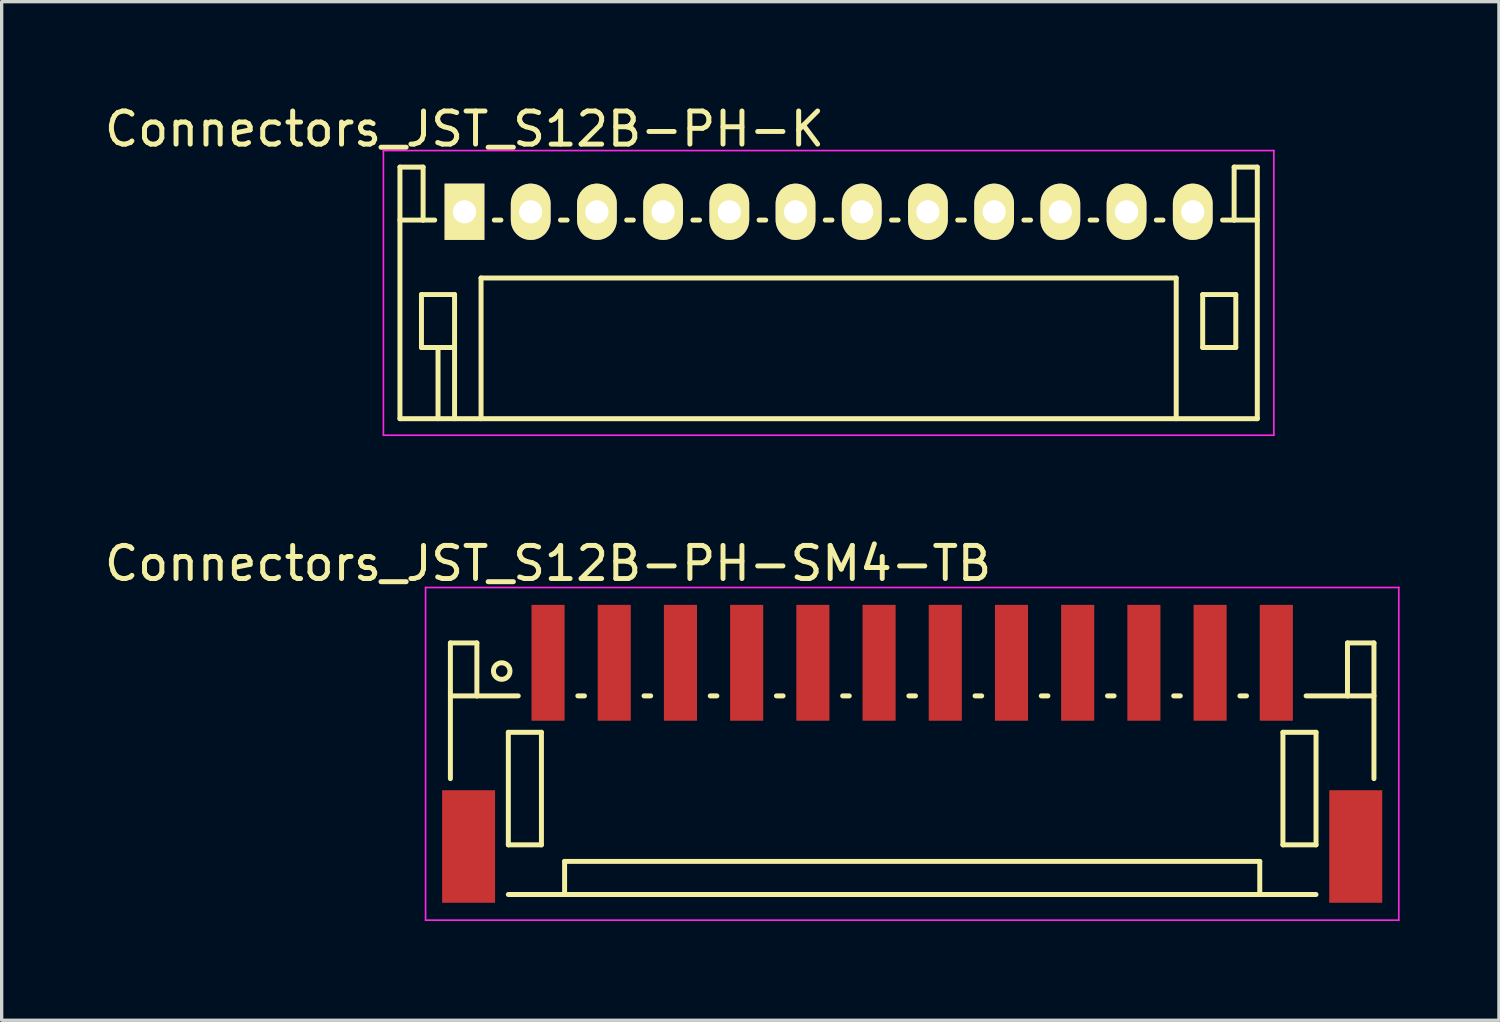
<source format=kicad_pcb>
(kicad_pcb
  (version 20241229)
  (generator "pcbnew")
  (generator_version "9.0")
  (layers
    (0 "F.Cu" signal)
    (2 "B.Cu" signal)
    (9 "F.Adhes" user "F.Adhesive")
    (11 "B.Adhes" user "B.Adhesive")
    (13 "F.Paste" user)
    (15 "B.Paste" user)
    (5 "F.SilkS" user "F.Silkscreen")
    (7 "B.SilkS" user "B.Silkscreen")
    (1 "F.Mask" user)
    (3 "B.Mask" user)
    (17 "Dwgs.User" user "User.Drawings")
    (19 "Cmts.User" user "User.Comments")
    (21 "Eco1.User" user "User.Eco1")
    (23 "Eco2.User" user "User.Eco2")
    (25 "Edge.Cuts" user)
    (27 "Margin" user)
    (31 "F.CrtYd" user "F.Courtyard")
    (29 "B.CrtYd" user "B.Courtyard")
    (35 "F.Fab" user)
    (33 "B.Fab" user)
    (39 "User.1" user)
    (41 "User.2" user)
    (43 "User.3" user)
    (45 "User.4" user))
  (footprint "Connectors_JST_S12B-PH-K"
    (layer "F.Cu")
    (at 10.982 3.348)
    (property "Reference" "Connectors_JST_S12B-PH-K" (at 0 -2.5 0) (layer "F.SilkS") (effects (font (size 1 1) (thickness 0.15))))
    (attr through_hole)
    (fp_line (start -1.95 -1.35) (end -1.95 6.25) (stroke (width 0.15) (type solid)) (layer "F.SilkS"))
    (fp_line (start -1.95 0.25) (end -1.25 0.25) (stroke (width 0.15) (type solid)) (layer "F.SilkS"))
    (fp_line (start -1.95 6.25) (end 23.95 6.25) (stroke (width 0.15) (type solid)) (layer "F.SilkS"))
    (fp_line (start -1.3 2.5) (end -1.3 4.1) (stroke (width 0.15) (type solid)) (layer "F.SilkS"))
    (fp_line (start -1.3 4.1) (end -0.3 4.1) (stroke (width 0.15) (type solid)) (layer "F.SilkS"))
    (fp_line (start -1.25 -1.35) (end -1.95 -1.35) (stroke (width 0.15) (type solid)) (layer "F.SilkS"))
    (fp_line (start -1.25 0.25) (end -1.25 -1.35) (stroke (width 0.15) (type solid)) (layer "F.SilkS"))
    (fp_line (start -0.9 0.25) (end -1.25 0.25) (stroke (width 0.15) (type solid)) (layer "F.SilkS"))
    (fp_line (start -0.8 4.1) (end -0.8 6.25) (stroke (width 0.15) (type solid)) (layer "F.SilkS"))
    (fp_line (start -0.3 2.5) (end -1.3 2.5) (stroke (width 0.15) (type solid)) (layer "F.SilkS"))
    (fp_line (start -0.3 4.1) (end -0.3 2.5) (stroke (width 0.15) (type solid)) (layer "F.SilkS"))
    (fp_line (start -0.3 4.1) (end -0.3 6.25) (stroke (width 0.15) (type solid)) (layer "F.SilkS"))
    (fp_line (start 0.5 2) (end 21.5 2) (stroke (width 0.15) (type solid)) (layer "F.SilkS"))
    (fp_line (start 0.5 6.25) (end 0.5 2) (stroke (width 0.15) (type solid)) (layer "F.SilkS"))
    (fp_line (start 0.9 0.25) (end 1.1 0.25) (stroke (width 0.15) (type solid)) (layer "F.SilkS"))
    (fp_line (start 2.9 0.25) (end 3.1 0.25) (stroke (width 0.15) (type solid)) (layer "F.SilkS"))
    (fp_line (start 4.9 0.25) (end 5.1 0.25) (stroke (width 0.15) (type solid)) (layer "F.SilkS"))
    (fp_line (start 6.9 0.25) (end 7.1 0.25) (stroke (width 0.15) (type solid)) (layer "F.SilkS"))
    (fp_line (start 8.9 0.25) (end 9.1 0.25) (stroke (width 0.15) (type solid)) (layer "F.SilkS"))
    (fp_line (start 10.9 0.25) (end 11.1 0.25) (stroke (width 0.15) (type solid)) (layer "F.SilkS"))
    (fp_line (start 12.9 0.25) (end 13.1 0.25) (stroke (width 0.15) (type solid)) (layer "F.SilkS"))
    (fp_line (start 14.9 0.25) (end 15.1 0.25) (stroke (width 0.15) (type solid)) (layer "F.SilkS"))
    (fp_line (start 16.9 0.25) (end 17.1 0.25) (stroke (width 0.15) (type solid)) (layer "F.SilkS"))
    (fp_line (start 18.9 0.25) (end 19.1 0.25) (stroke (width 0.15) (type solid)) (layer "F.SilkS"))
    (fp_line (start 20.9 0.25) (end 21.1 0.25) (stroke (width 0.15) (type solid)) (layer "F.SilkS"))
    (fp_line (start 21.5 2) (end 21.5 6.25) (stroke (width 0.15) (type solid)) (layer "F.SilkS"))
    (fp_line (start 22.3 2.5) (end 23.3 2.5) (stroke (width 0.15) (type solid)) (layer "F.SilkS"))
    (fp_line (start 22.3 4.1) (end 22.3 2.5) (stroke (width 0.15) (type solid)) (layer "F.SilkS"))
    (fp_line (start 23.25 -1.35) (end 23.25 0.25) (stroke (width 0.15) (type solid)) (layer "F.SilkS"))
    (fp_line (start 23.25 0.25) (end 22.9 0.25) (stroke (width 0.15) (type solid)) (layer "F.SilkS"))
    (fp_line (start 23.3 2.5) (end 23.3 4.1) (stroke (width 0.15) (type solid)) (layer "F.SilkS"))
    (fp_line (start 23.3 4.1) (end 22.3 4.1) (stroke (width 0.15) (type solid)) (layer "F.SilkS"))
    (fp_line (start 23.95 -1.35) (end 23.25 -1.35) (stroke (width 0.15) (type solid)) (layer "F.SilkS"))
    (fp_line (start 23.95 0.25) (end 23.25 0.25) (stroke (width 0.15) (type solid)) (layer "F.SilkS"))
    (fp_line (start 23.95 6.25) (end 23.95 -1.35) (stroke (width 0.15) (type solid)) (layer "F.SilkS"))
    (fp_line (start -2.45 -1.85) (end 24.45 -1.85) (stroke (width 0.05) (type solid)) (layer "F.CrtYd"))
    (fp_line (start -2.45 6.75) (end -2.45 -1.85) (stroke (width 0.05) (type solid)) (layer "F.CrtYd"))
    (fp_line (start 24.45 -1.85) (end 24.45 6.75) (stroke (width 0.05) (type solid)) (layer "F.CrtYd"))
    (fp_line (start 24.45 6.75) (end -2.45 6.75) (stroke (width 0.05) (type solid)) (layer "F.CrtYd"))
    (pad "1" thru_hole rect (at 0 0) (size 1.2 1.7) (drill 0.7) (layers "*.Cu" "*.Mask" "F.SilkS"))
    (pad "2" thru_hole oval (at 2 0) (size 1.2 1.7) (drill 0.7) (layers "*.Cu" "*.Mask" "F.SilkS"))
    (pad "3" thru_hole oval (at 4 0) (size 1.2 1.7) (drill 0.7) (layers "*.Cu" "*.Mask" "F.SilkS"))
    (pad "4" thru_hole oval (at 6 0) (size 1.2 1.7) (drill 0.7) (layers "*.Cu" "*.Mask" "F.SilkS"))
    (pad "5" thru_hole oval (at 8 0) (size 1.2 1.7) (drill 0.7) (layers "*.Cu" "*.Mask" "F.SilkS"))
    (pad "6" thru_hole oval (at 10 0) (size 1.2 1.7) (drill 0.7) (layers "*.Cu" "*.Mask" "F.SilkS"))
    (pad "7" thru_hole oval (at 12 0) (size 1.2 1.7) (drill 0.7) (layers "*.Cu" "*.Mask" "F.SilkS"))
    (pad "8" thru_hole oval (at 14 0) (size 1.2 1.7) (drill 0.7) (layers "*.Cu" "*.Mask" "F.SilkS"))
    (pad "9" thru_hole oval (at 16 0) (size 1.2 1.7) (drill 0.7) (layers "*.Cu" "*.Mask" "F.SilkS"))
    (pad "10" thru_hole oval (at 18 0) (size 1.2 1.7) (drill 0.7) (layers "*.Cu" "*.Mask" "F.SilkS"))
    (pad "11" thru_hole oval (at 20 0) (size 1.2 1.7) (drill 0.7) (layers "*.Cu" "*.Mask" "F.SilkS"))
    (pad "12" thru_hole oval (at 22 0) (size 1.2 1.7) (drill 0.7) (layers "*.Cu" "*.Mask" "F.SilkS")))
  (footprint "Connectors_JST_S12B-PH-SM4-TB"
    (layer "F.Cu")
    (at 24.506 19.747)
    (property "Reference" "Connectors_JST_S12B-PH-SM4-TB" (at -11 -5.775 0) (layer "F.SilkS") (effects (font (size 1 1) (thickness 0.15))))
    (attr smd)
    (fp_line (start -13.95 -3.375) (end -13.95 0.725) (stroke (width 0.15) (type solid)) (layer "F.SilkS"))
    (fp_line (start -13.15 -3.375) (end -13.95 -3.375) (stroke (width 0.15) (type solid)) (layer "F.SilkS"))
    (fp_line (start -13.15 -1.775) (end -13.95 -1.775) (stroke (width 0.15) (type solid)) (layer "F.SilkS"))
    (fp_line (start -13.15 -1.775) (end -13.15 -3.375) (stroke (width 0.15) (type solid)) (layer "F.SilkS"))
    (fp_line (start -12.2 -0.675) (end -12.2 2.725) (stroke (width 0.15) (type solid)) (layer "F.SilkS"))
    (fp_line (start -12.2 2.725) (end -11.2 2.725) (stroke (width 0.15) (type solid)) (layer "F.SilkS"))
    (fp_line (start -12.2 4.225) (end 12.2 4.225) (stroke (width 0.15) (type solid)) (layer "F.SilkS"))
    (fp_line (start -11.9 -1.775) (end -13.15 -1.775) (stroke (width 0.15) (type solid)) (layer "F.SilkS"))
    (fp_line (start -11.2 -0.675) (end -12.2 -0.675) (stroke (width 0.15) (type solid)) (layer "F.SilkS"))
    (fp_line (start -11.2 2.725) (end -11.2 -0.675) (stroke (width 0.15) (type solid)) (layer "F.SilkS"))
    (fp_line (start -10.5 3.225) (end 10.5 3.225) (stroke (width 0.15) (type solid)) (layer "F.SilkS"))
    (fp_line (start -10.5 4.225) (end -10.5 3.225) (stroke (width 0.15) (type solid)) (layer "F.SilkS"))
    (fp_line (start -10.1 -1.775) (end -9.9 -1.775) (stroke (width 0.15) (type solid)) (layer "F.SilkS"))
    (fp_line (start -8.1 -1.775) (end -7.9 -1.775) (stroke (width 0.15) (type solid)) (layer "F.SilkS"))
    (fp_line (start -6.1 -1.775) (end -5.9 -1.775) (stroke (width 0.15) (type solid)) (layer "F.SilkS"))
    (fp_line (start -4.1 -1.775) (end -3.9 -1.775) (stroke (width 0.15) (type solid)) (layer "F.SilkS"))
    (fp_line (start -2.1 -1.775) (end -1.9 -1.775) (stroke (width 0.15) (type solid)) (layer "F.SilkS"))
    (fp_line (start -0.1 -1.775) (end 0.1 -1.775) (stroke (width 0.15) (type solid)) (layer "F.SilkS"))
    (fp_line (start 1.9 -1.775) (end 2.1 -1.775) (stroke (width 0.15) (type solid)) (layer "F.SilkS"))
    (fp_line (start 3.9 -1.775) (end 4.1 -1.775) (stroke (width 0.15) (type solid)) (layer "F.SilkS"))
    (fp_line (start 5.9 -1.775) (end 6.1 -1.775) (stroke (width 0.15) (type solid)) (layer "F.SilkS"))
    (fp_line (start 7.9 -1.775) (end 8.1 -1.775) (stroke (width 0.15) (type solid)) (layer "F.SilkS"))
    (fp_line (start 9.9 -1.775) (end 10.1 -1.775) (stroke (width 0.15) (type solid)) (layer "F.SilkS"))
    (fp_line (start 10.5 3.225) (end 10.5 4.225) (stroke (width 0.15) (type solid)) (layer "F.SilkS"))
    (fp_line (start 11.2 -0.675) (end 12.2 -0.675) (stroke (width 0.15) (type solid)) (layer "F.SilkS"))
    (fp_line (start 11.2 2.725) (end 11.2 -0.675) (stroke (width 0.15) (type solid)) (layer "F.SilkS"))
    (fp_line (start 11.9 -1.775) (end 13.15 -1.775) (stroke (width 0.15) (type solid)) (layer "F.SilkS"))
    (fp_line (start 12.2 -0.675) (end 12.2 2.725) (stroke (width 0.15) (type solid)) (layer "F.SilkS"))
    (fp_line (start 12.2 2.725) (end 11.2 2.725) (stroke (width 0.15) (type solid)) (layer "F.SilkS"))
    (fp_line (start 13.15 -3.375) (end 13.95 -3.375) (stroke (width 0.15) (type solid)) (layer "F.SilkS"))
    (fp_line (start 13.15 -1.775) (end 13.15 -3.375) (stroke (width 0.15) (type solid)) (layer "F.SilkS"))
    (fp_line (start 13.15 -1.775) (end 13.95 -1.775) (stroke (width 0.15) (type solid)) (layer "F.SilkS"))
    (fp_line (start 13.95 -3.375) (end 13.95 0.725) (stroke (width 0.15) (type solid)) (layer "F.SilkS"))
    (fp_circle (center -12.4 -2.525) (end -12.15 -2.525) (stroke (width 0.15) (type solid)) (fill no) (layer "F.SilkS"))
    (fp_line (start -14.7 -5.05) (end 14.7 -5.05) (stroke (width 0.05) (type solid)) (layer "F.CrtYd"))
    (fp_line (start -14.7 5) (end -14.7 -5.05) (stroke (width 0.05) (type solid)) (layer "F.CrtYd"))
    (fp_line (start 14.7 -5.05) (end 14.7 5) (stroke (width 0.05) (type solid)) (layer "F.CrtYd"))
    (fp_line (start 14.7 5) (end -14.7 5) (stroke (width 0.05) (type solid)) (layer "F.CrtYd"))
    (pad "" smd rect (at -13.4 2.775) (size 1.6 3.4) (layers "F.Cu" "F.Mask" "F.Paste"))
    (pad "" smd rect (at 13.4 2.775) (size 1.6 3.4) (layers "F.Cu" "F.Mask" "F.Paste"))
    (pad "1" smd rect (at -11 -2.775) (size 1 3.5) (layers "F.Cu" "F.Mask" "F.Paste"))
    (pad "2" smd rect (at -9 -2.775) (size 1 3.5) (layers "F.Cu" "F.Mask" "F.Paste"))
    (pad "3" smd rect (at -7 -2.775) (size 1 3.5) (layers "F.Cu" "F.Mask" "F.Paste"))
    (pad "4" smd rect (at -5 -2.775) (size 1 3.5) (layers "F.Cu" "F.Mask" "F.Paste"))
    (pad "5" smd rect (at -3 -2.775) (size 1 3.5) (layers "F.Cu" "F.Mask" "F.Paste"))
    (pad "6" smd rect (at -1 -2.775) (size 1 3.5) (layers "F.Cu" "F.Mask" "F.Paste"))
    (pad "7" smd rect (at 1 -2.775) (size 1 3.5) (layers "F.Cu" "F.Mask" "F.Paste"))
    (pad "8" smd rect (at 3 -2.775) (size 1 3.5) (layers "F.Cu" "F.Mask" "F.Paste"))
    (pad "9" smd rect (at 5 -2.775) (size 1 3.5) (layers "F.Cu" "F.Mask" "F.Paste"))
    (pad "10" smd rect (at 7 -2.775) (size 1 3.5) (layers "F.Cu" "F.Mask" "F.Paste"))
    (pad "11" smd rect (at 9 -2.775) (size 1 3.5) (layers "F.Cu" "F.Mask" "F.Paste"))
    (pad "12" smd rect (at 11 -2.775) (size 1 3.5) (layers "F.Cu" "F.Mask" "F.Paste")))
  (gr_rect
    (start -3 -3)
    (end 42.231 27.771)
    (stroke (width 0.1) (type default))
    (fill no)
    (layer "Edge.Cuts")))
</source>
